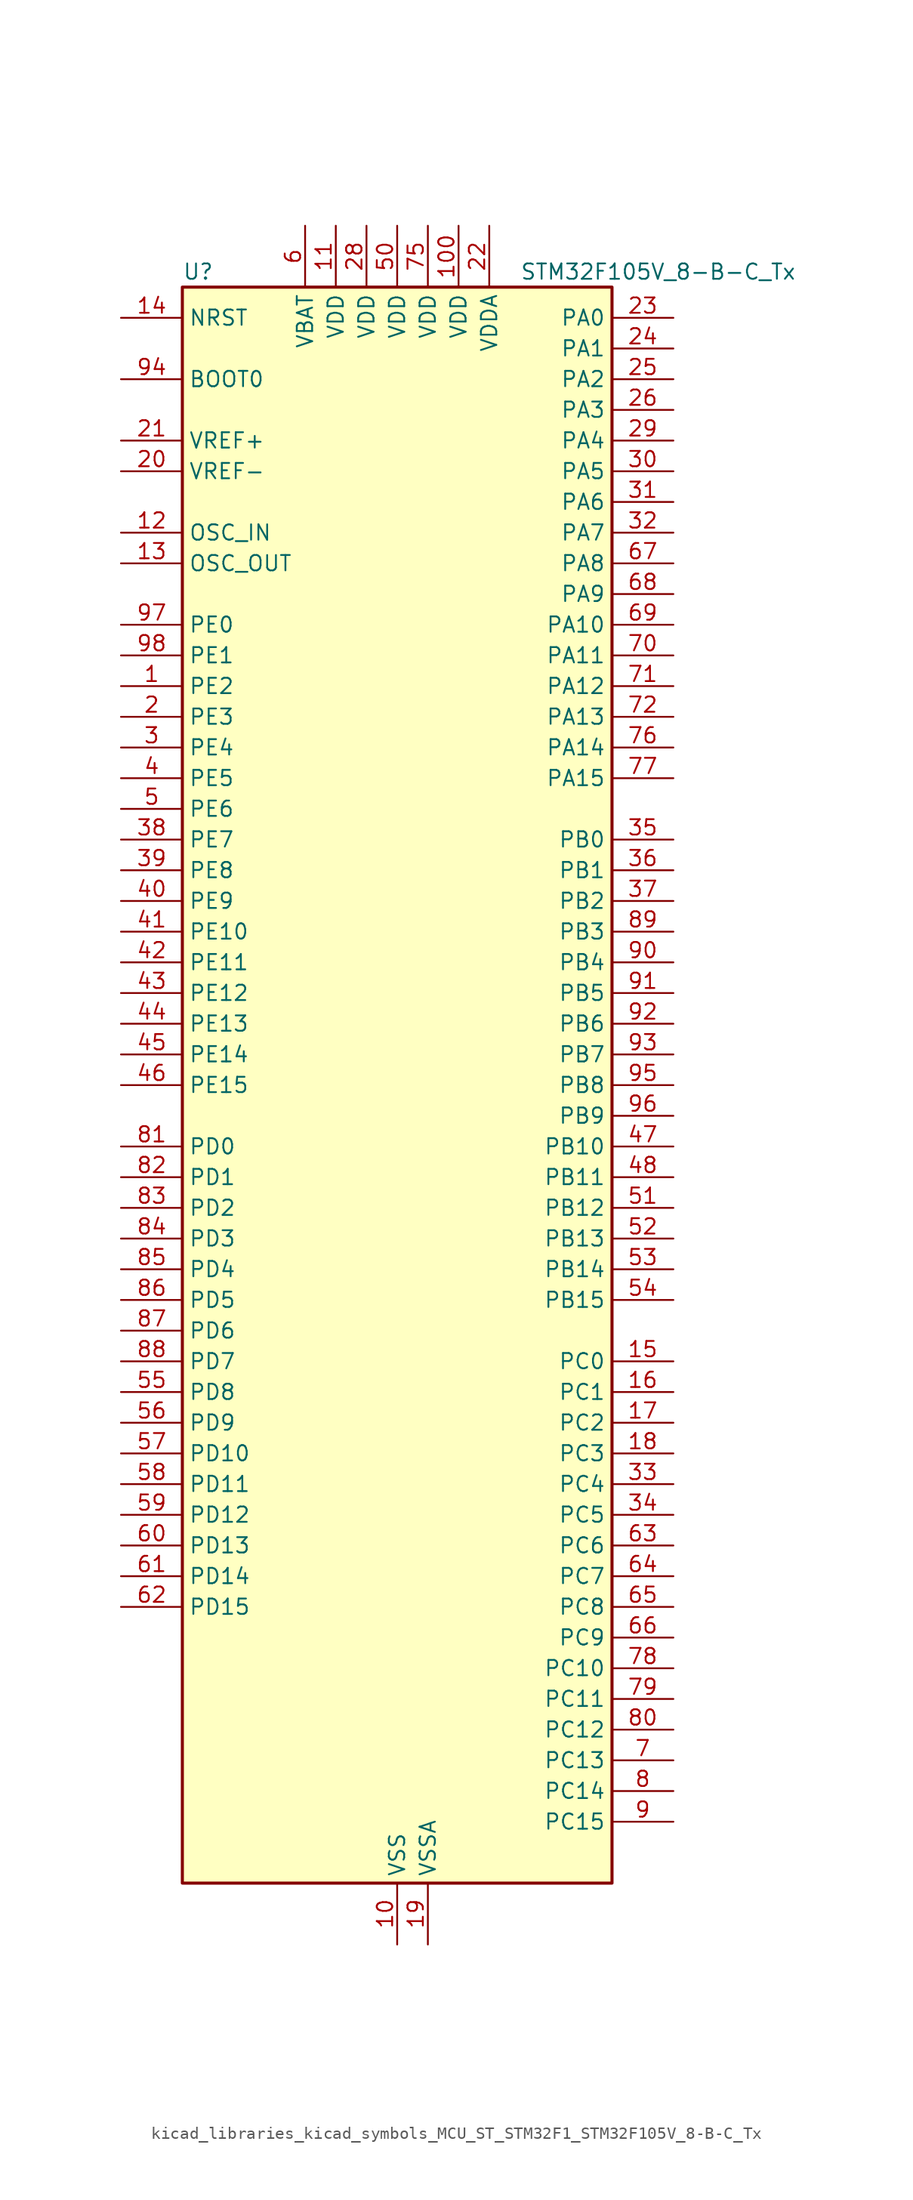
<source format=kicad_sym>
(kicad_symbol_lib
  (version 20220914)
  (generator kicad_symbol_editor)
  (symbol "kicad_libraries_kicad_symbols_MCU_ST_STM32F1_STM32F105V_8-B-C_Tx"
    (property "Reference" "U"
      (at -17.78 67.31 0)
      (effects (font (size 1.27 1.27)) (justify left)))
    (property "Value" "STM32F105V_8-B-C_Tx"
      (at 10.16 67.31 0)
      (effects (font (size 1.27 1.27)) (justify left)))
    (property "ki_locked" ""
      (at 0 0 0)
      (effects (font (size 1.27 1.27))))
    (symbol "kicad_libraries_kicad_symbols_MCU_ST_STM32F1_STM32F105V_8-B-C_Tx_0_1"
      (rectangle (start -17.78 -66.04) (end 17.78 66.04) (stroke (width 0.254) (type default)) (fill (type background))))
    (symbol "kicad_libraries_kicad_symbols_MCU_ST_STM32F1_STM32F105V_8-B-C_Tx_1_1"
      (pin bidirectional line (at -22.86 33.02 0) (length 5.08) (name "PE2" (effects (font (size 1.27 1.27)))) (number "1" (effects (font (size 1.27 1.27)))) (alternate "SYS_TRACECLK" bidirectional line))
      (pin power_in line (at 0 -71.12 90) (length 5.08) (name "VSS" (effects (font (size 1.27 1.27)))) (number "10" (effects (font (size 1.27 1.27)))))
      (pin power_in line (at 5.08 71.12 270) (length 5.08) (name "VDD" (effects (font (size 1.27 1.27)))) (number "100" (effects (font (size 1.27 1.27)))))
      (pin power_in line (at -5.08 71.12 270) (length 5.08) (name "VDD" (effects (font (size 1.27 1.27)))) (number "11" (effects (font (size 1.27 1.27)))))
      (pin input line (at -22.86 45.72 0) (length 5.08) (name "OSC_IN" (effects (font (size 1.27 1.27)))) (number "12" (effects (font (size 1.27 1.27)))) (alternate "RCC_OSC_IN" bidirectional line))
      (pin input line (at -22.86 43.18 0) (length 5.08) (name "OSC_OUT" (effects (font (size 1.27 1.27)))) (number "13" (effects (font (size 1.27 1.27)))) (alternate "RCC_OSC_OUT" bidirectional line))
      (pin input line (at -22.86 63.5 0) (length 5.08) (name "NRST" (effects (font (size 1.27 1.27)))) (number "14" (effects (font (size 1.27 1.27)))))
      (pin bidirectional line (at 22.86 -22.86 180) (length 5.08) (name "PC0" (effects (font (size 1.27 1.27)))) (number "15" (effects (font (size 1.27 1.27)))) (alternate "ADC1_IN10" bidirectional line) (alternate "ADC2_IN10" bidirectional line))
      (pin bidirectional line (at 22.86 -25.4 180) (length 5.08) (name "PC1" (effects (font (size 1.27 1.27)))) (number "16" (effects (font (size 1.27 1.27)))) (alternate "ADC1_IN11" bidirectional line) (alternate "ADC2_IN11" bidirectional line))
      (pin bidirectional line (at 22.86 -27.94 180) (length 5.08) (name "PC2" (effects (font (size 1.27 1.27)))) (number "17" (effects (font (size 1.27 1.27)))) (alternate "ADC1_IN12" bidirectional line) (alternate "ADC2_IN12" bidirectional line))
      (pin bidirectional line (at 22.86 -30.48 180) (length 5.08) (name "PC3" (effects (font (size 1.27 1.27)))) (number "18" (effects (font (size 1.27 1.27)))) (alternate "ADC1_IN13" bidirectional line) (alternate "ADC2_IN13" bidirectional line))
      (pin power_in line (at 2.54 -71.12 90) (length 5.08) (name "VSSA" (effects (font (size 1.27 1.27)))) (number "19" (effects (font (size 1.27 1.27)))))
      (pin bidirectional line (at -22.86 30.48 0) (length 5.08) (name "PE3" (effects (font (size 1.27 1.27)))) (number "2" (effects (font (size 1.27 1.27)))) (alternate "SYS_TRACED0" bidirectional line))
      (pin input line (at -22.86 50.8 0) (length 5.08) (name "VREF-" (effects (font (size 1.27 1.27)))) (number "20" (effects (font (size 1.27 1.27)))))
      (pin input line (at -22.86 53.34 0) (length 5.08) (name "VREF+" (effects (font (size 1.27 1.27)))) (number "21" (effects (font (size 1.27 1.27)))))
      (pin power_in line (at 7.62 71.12 270) (length 5.08) (name "VDDA" (effects (font (size 1.27 1.27)))) (number "22" (effects (font (size 1.27 1.27)))))
      (pin bidirectional line (at 22.86 63.5 180) (length 5.08) (name "PA0" (effects (font (size 1.27 1.27)))) (number "23" (effects (font (size 1.27 1.27)))) (alternate "ADC1_IN0" bidirectional line) (alternate "ADC2_IN0" bidirectional line) (alternate "SYS_WKUP" bidirectional line) (alternate "TIM2_CH1" bidirectional line) (alternate "TIM2_ETR" bidirectional line) (alternate "TIM5_CH1" bidirectional line) (alternate "USART2_CTS" bidirectional line))
      (pin bidirectional line (at 22.86 60.96 180) (length 5.08) (name "PA1" (effects (font (size 1.27 1.27)))) (number "24" (effects (font (size 1.27 1.27)))) (alternate "ADC1_IN1" bidirectional line) (alternate "ADC2_IN1" bidirectional line) (alternate "TIM2_CH2" bidirectional line) (alternate "TIM5_CH2" bidirectional line) (alternate "USART2_RTS" bidirectional line))
      (pin bidirectional line (at 22.86 58.42 180) (length 5.08) (name "PA2" (effects (font (size 1.27 1.27)))) (number "25" (effects (font (size 1.27 1.27)))) (alternate "ADC1_IN2" bidirectional line) (alternate "ADC2_IN2" bidirectional line) (alternate "TIM2_CH3" bidirectional line) (alternate "TIM5_CH3" bidirectional line) (alternate "USART2_TX" bidirectional line))
      (pin bidirectional line (at 22.86 55.88 180) (length 5.08) (name "PA3" (effects (font (size 1.27 1.27)))) (number "26" (effects (font (size 1.27 1.27)))) (alternate "ADC1_IN3" bidirectional line) (alternate "ADC2_IN3" bidirectional line) (alternate "TIM2_CH4" bidirectional line) (alternate "TIM5_CH4" bidirectional line) (alternate "USART2_RX" bidirectional line))
      (pin passive line (at 0 -71.12 90) (length 5.08) hide (name "VSS" (effects (font (size 1.27 1.27)))) (number "27" (effects (font (size 1.27 1.27)))))
      (pin power_in line (at -2.54 71.12 270) (length 5.08) (name "VDD" (effects (font (size 1.27 1.27)))) (number "28" (effects (font (size 1.27 1.27)))))
      (pin bidirectional line (at 22.86 53.34 180) (length 5.08) (name "PA4" (effects (font (size 1.27 1.27)))) (number "29" (effects (font (size 1.27 1.27)))) (alternate "ADC1_IN4" bidirectional line) (alternate "ADC2_IN4" bidirectional line) (alternate "DAC_OUT1" bidirectional line) (alternate "I2S3_WS" bidirectional line) (alternate "SPI1_NSS" bidirectional line) (alternate "SPI3_NSS" bidirectional line) (alternate "USART2_CK" bidirectional line))
      (pin bidirectional line (at -22.86 27.94 0) (length 5.08) (name "PE4" (effects (font (size 1.27 1.27)))) (number "3" (effects (font (size 1.27 1.27)))) (alternate "SYS_TRACED1" bidirectional line))
      (pin bidirectional line (at 22.86 50.8 180) (length 5.08) (name "PA5" (effects (font (size 1.27 1.27)))) (number "30" (effects (font (size 1.27 1.27)))) (alternate "ADC1_IN5" bidirectional line) (alternate "ADC2_IN5" bidirectional line) (alternate "DAC_OUT2" bidirectional line) (alternate "SPI1_SCK" bidirectional line))
      (pin bidirectional line (at 22.86 48.26 180) (length 5.08) (name "PA6" (effects (font (size 1.27 1.27)))) (number "31" (effects (font (size 1.27 1.27)))) (alternate "ADC1_IN6" bidirectional line) (alternate "ADC2_IN6" bidirectional line) (alternate "SPI1_MISO" bidirectional line) (alternate "TIM1_BKIN" bidirectional line) (alternate "TIM3_CH1" bidirectional line))
      (pin bidirectional line (at 22.86 45.72 180) (length 5.08) (name "PA7" (effects (font (size 1.27 1.27)))) (number "32" (effects (font (size 1.27 1.27)))) (alternate "ADC1_IN7" bidirectional line) (alternate "ADC2_IN7" bidirectional line) (alternate "SPI1_MOSI" bidirectional line) (alternate "TIM1_CH1N" bidirectional line) (alternate "TIM3_CH2" bidirectional line))
      (pin bidirectional line (at 22.86 -33.02 180) (length 5.08) (name "PC4" (effects (font (size 1.27 1.27)))) (number "33" (effects (font (size 1.27 1.27)))) (alternate "ADC1_IN14" bidirectional line) (alternate "ADC2_IN14" bidirectional line))
      (pin bidirectional line (at 22.86 -35.56 180) (length 5.08) (name "PC5" (effects (font (size 1.27 1.27)))) (number "34" (effects (font (size 1.27 1.27)))) (alternate "ADC1_IN15" bidirectional line) (alternate "ADC2_IN15" bidirectional line))
      (pin bidirectional line (at 22.86 20.32 180) (length 5.08) (name "PB0" (effects (font (size 1.27 1.27)))) (number "35" (effects (font (size 1.27 1.27)))) (alternate "ADC1_IN8" bidirectional line) (alternate "ADC2_IN8" bidirectional line) (alternate "TIM1_CH2N" bidirectional line) (alternate "TIM3_CH3" bidirectional line))
      (pin bidirectional line (at 22.86 17.78 180) (length 5.08) (name "PB1" (effects (font (size 1.27 1.27)))) (number "36" (effects (font (size 1.27 1.27)))) (alternate "ADC1_IN9" bidirectional line) (alternate "ADC2_IN9" bidirectional line) (alternate "TIM1_CH3N" bidirectional line) (alternate "TIM3_CH4" bidirectional line))
      (pin bidirectional line (at 22.86 15.24 180) (length 5.08) (name "PB2" (effects (font (size 1.27 1.27)))) (number "37" (effects (font (size 1.27 1.27)))))
      (pin bidirectional line (at -22.86 20.32 0) (length 5.08) (name "PE7" (effects (font (size 1.27 1.27)))) (number "38" (effects (font (size 1.27 1.27)))) (alternate "TIM1_ETR" bidirectional line))
      (pin bidirectional line (at -22.86 17.78 0) (length 5.08) (name "PE8" (effects (font (size 1.27 1.27)))) (number "39" (effects (font (size 1.27 1.27)))) (alternate "TIM1_CH1N" bidirectional line))
      (pin bidirectional line (at -22.86 25.4 0) (length 5.08) (name "PE5" (effects (font (size 1.27 1.27)))) (number "4" (effects (font (size 1.27 1.27)))) (alternate "SYS_TRACED2" bidirectional line))
      (pin bidirectional line (at -22.86 15.24 0) (length 5.08) (name "PE9" (effects (font (size 1.27 1.27)))) (number "40" (effects (font (size 1.27 1.27)))) (alternate "DAC_EXTI9" bidirectional line) (alternate "TIM1_CH1" bidirectional line))
      (pin bidirectional line (at -22.86 12.7 0) (length 5.08) (name "PE10" (effects (font (size 1.27 1.27)))) (number "41" (effects (font (size 1.27 1.27)))) (alternate "TIM1_CH2N" bidirectional line))
      (pin bidirectional line (at -22.86 10.16 0) (length 5.08) (name "PE11" (effects (font (size 1.27 1.27)))) (number "42" (effects (font (size 1.27 1.27)))) (alternate "ADC1_EXTI11" bidirectional line) (alternate "ADC2_EXTI11" bidirectional line) (alternate "TIM1_CH2" bidirectional line))
      (pin bidirectional line (at -22.86 7.62 0) (length 5.08) (name "PE12" (effects (font (size 1.27 1.27)))) (number "43" (effects (font (size 1.27 1.27)))) (alternate "TIM1_CH3N" bidirectional line))
      (pin bidirectional line (at -22.86 5.08 0) (length 5.08) (name "PE13" (effects (font (size 1.27 1.27)))) (number "44" (effects (font (size 1.27 1.27)))) (alternate "TIM1_CH3" bidirectional line))
      (pin bidirectional line (at -22.86 2.54 0) (length 5.08) (name "PE14" (effects (font (size 1.27 1.27)))) (number "45" (effects (font (size 1.27 1.27)))) (alternate "TIM1_CH4" bidirectional line))
      (pin bidirectional line (at -22.86 0 0) (length 5.08) (name "PE15" (effects (font (size 1.27 1.27)))) (number "46" (effects (font (size 1.27 1.27)))) (alternate "ADC1_EXTI15" bidirectional line) (alternate "ADC2_EXTI15" bidirectional line) (alternate "TIM1_BKIN" bidirectional line))
      (pin bidirectional line (at 22.86 -5.08 180) (length 5.08) (name "PB10" (effects (font (size 1.27 1.27)))) (number "47" (effects (font (size 1.27 1.27)))) (alternate "I2C2_SCL" bidirectional line) (alternate "TIM2_CH3" bidirectional line) (alternate "USART3_TX" bidirectional line))
      (pin bidirectional line (at 22.86 -7.62 180) (length 5.08) (name "PB11" (effects (font (size 1.27 1.27)))) (number "48" (effects (font (size 1.27 1.27)))) (alternate "ADC1_EXTI11" bidirectional line) (alternate "ADC2_EXTI11" bidirectional line) (alternate "I2C2_SDA" bidirectional line) (alternate "TIM2_CH4" bidirectional line) (alternate "USART3_RX" bidirectional line))
      (pin passive line (at 0 -71.12 90) (length 5.08) hide (name "VSS" (effects (font (size 1.27 1.27)))) (number "49" (effects (font (size 1.27 1.27)))))
      (pin bidirectional line (at -22.86 22.86 0) (length 5.08) (name "PE6" (effects (font (size 1.27 1.27)))) (number "5" (effects (font (size 1.27 1.27)))) (alternate "SYS_TRACED3" bidirectional line))
      (pin power_in line (at 0 71.12 270) (length 5.08) (name "VDD" (effects (font (size 1.27 1.27)))) (number "50" (effects (font (size 1.27 1.27)))))
      (pin bidirectional line (at 22.86 -10.16 180) (length 5.08) (name "PB12" (effects (font (size 1.27 1.27)))) (number "51" (effects (font (size 1.27 1.27)))) (alternate "CAN2_RX" bidirectional line) (alternate "I2C2_SMBA" bidirectional line) (alternate "I2S2_WS" bidirectional line) (alternate "SPI2_NSS" bidirectional line) (alternate "TIM1_BKIN" bidirectional line) (alternate "USART3_CK" bidirectional line))
      (pin bidirectional line (at 22.86 -12.7 180) (length 5.08) (name "PB13" (effects (font (size 1.27 1.27)))) (number "52" (effects (font (size 1.27 1.27)))) (alternate "CAN2_TX" bidirectional line) (alternate "I2S2_CK" bidirectional line) (alternate "SPI2_SCK" bidirectional line) (alternate "TIM1_CH1N" bidirectional line) (alternate "USART3_CTS" bidirectional line))
      (pin bidirectional line (at 22.86 -15.24 180) (length 5.08) (name "PB14" (effects (font (size 1.27 1.27)))) (number "53" (effects (font (size 1.27 1.27)))) (alternate "SPI2_MISO" bidirectional line) (alternate "TIM1_CH2N" bidirectional line) (alternate "USART3_RTS" bidirectional line))
      (pin bidirectional line (at 22.86 -17.78 180) (length 5.08) (name "PB15" (effects (font (size 1.27 1.27)))) (number "54" (effects (font (size 1.27 1.27)))) (alternate "ADC1_EXTI15" bidirectional line) (alternate "ADC2_EXTI15" bidirectional line) (alternate "I2S2_SD" bidirectional line) (alternate "SPI2_MOSI" bidirectional line) (alternate "TIM1_CH3N" bidirectional line))
      (pin bidirectional line (at -22.86 -25.4 0) (length 5.08) (name "PD8" (effects (font (size 1.27 1.27)))) (number "55" (effects (font (size 1.27 1.27)))) (alternate "USART3_TX" bidirectional line))
      (pin bidirectional line (at -22.86 -27.94 0) (length 5.08) (name "PD9" (effects (font (size 1.27 1.27)))) (number "56" (effects (font (size 1.27 1.27)))) (alternate "DAC_EXTI9" bidirectional line) (alternate "USART3_RX" bidirectional line))
      (pin bidirectional line (at -22.86 -30.48 0) (length 5.08) (name "PD10" (effects (font (size 1.27 1.27)))) (number "57" (effects (font (size 1.27 1.27)))) (alternate "USART3_CK" bidirectional line))
      (pin bidirectional line (at -22.86 -33.02 0) (length 5.08) (name "PD11" (effects (font (size 1.27 1.27)))) (number "58" (effects (font (size 1.27 1.27)))) (alternate "ADC1_EXTI11" bidirectional line) (alternate "ADC2_EXTI11" bidirectional line) (alternate "USART3_CTS" bidirectional line))
      (pin bidirectional line (at -22.86 -35.56 0) (length 5.08) (name "PD12" (effects (font (size 1.27 1.27)))) (number "59" (effects (font (size 1.27 1.27)))) (alternate "TIM4_CH1" bidirectional line) (alternate "USART3_RTS" bidirectional line))
      (pin power_in line (at -7.62 71.12 270) (length 5.08) (name "VBAT" (effects (font (size 1.27 1.27)))) (number "6" (effects (font (size 1.27 1.27)))))
      (pin bidirectional line (at -22.86 -38.1 0) (length 5.08) (name "PD13" (effects (font (size 1.27 1.27)))) (number "60" (effects (font (size 1.27 1.27)))) (alternate "TIM4_CH2" bidirectional line))
      (pin bidirectional line (at -22.86 -40.64 0) (length 5.08) (name "PD14" (effects (font (size 1.27 1.27)))) (number "61" (effects (font (size 1.27 1.27)))) (alternate "TIM4_CH3" bidirectional line))
      (pin bidirectional line (at -22.86 -43.18 0) (length 5.08) (name "PD15" (effects (font (size 1.27 1.27)))) (number "62" (effects (font (size 1.27 1.27)))) (alternate "ADC1_EXTI15" bidirectional line) (alternate "ADC2_EXTI15" bidirectional line) (alternate "TIM4_CH4" bidirectional line))
      (pin bidirectional line (at 22.86 -38.1 180) (length 5.08) (name "PC6" (effects (font (size 1.27 1.27)))) (number "63" (effects (font (size 1.27 1.27)))) (alternate "I2S2_MCK" bidirectional line) (alternate "TIM3_CH1" bidirectional line))
      (pin bidirectional line (at 22.86 -40.64 180) (length 5.08) (name "PC7" (effects (font (size 1.27 1.27)))) (number "64" (effects (font (size 1.27 1.27)))) (alternate "I2S3_MCK" bidirectional line) (alternate "TIM3_CH2" bidirectional line))
      (pin bidirectional line (at 22.86 -43.18 180) (length 5.08) (name "PC8" (effects (font (size 1.27 1.27)))) (number "65" (effects (font (size 1.27 1.27)))) (alternate "TIM3_CH3" bidirectional line))
      (pin bidirectional line (at 22.86 -45.72 180) (length 5.08) (name "PC9" (effects (font (size 1.27 1.27)))) (number "66" (effects (font (size 1.27 1.27)))) (alternate "DAC_EXTI9" bidirectional line) (alternate "TIM3_CH4" bidirectional line))
      (pin bidirectional line (at 22.86 43.18 180) (length 5.08) (name "PA8" (effects (font (size 1.27 1.27)))) (number "67" (effects (font (size 1.27 1.27)))) (alternate "RCC_MCO" bidirectional line) (alternate "TIM1_CH1" bidirectional line) (alternate "USART1_CK" bidirectional line) (alternate "USB_OTG_FS_SOF" bidirectional line))
      (pin bidirectional line (at 22.86 40.64 180) (length 5.08) (name "PA9" (effects (font (size 1.27 1.27)))) (number "68" (effects (font (size 1.27 1.27)))) (alternate "DAC_EXTI9" bidirectional line) (alternate "TIM1_CH2" bidirectional line) (alternate "USART1_TX" bidirectional line) (alternate "USB_OTG_FS_VBUS" bidirectional line))
      (pin bidirectional line (at 22.86 38.1 180) (length 5.08) (name "PA10" (effects (font (size 1.27 1.27)))) (number "69" (effects (font (size 1.27 1.27)))) (alternate "TIM1_CH3" bidirectional line) (alternate "USART1_RX" bidirectional line) (alternate "USB_OTG_FS_ID" bidirectional line))
      (pin bidirectional line (at 22.86 -55.88 180) (length 5.08) (name "PC13" (effects (font (size 1.27 1.27)))) (number "7" (effects (font (size 1.27 1.27)))) (alternate "RTC_OUT" bidirectional line) (alternate "RTC_TAMPER" bidirectional line))
      (pin bidirectional line (at 22.86 35.56 180) (length 5.08) (name "PA11" (effects (font (size 1.27 1.27)))) (number "70" (effects (font (size 1.27 1.27)))) (alternate "ADC1_EXTI11" bidirectional line) (alternate "ADC2_EXTI11" bidirectional line) (alternate "CAN1_RX" bidirectional line) (alternate "TIM1_CH4" bidirectional line) (alternate "USART1_CTS" bidirectional line) (alternate "USB_OTG_FS_DM" bidirectional line))
      (pin bidirectional line (at 22.86 33.02 180) (length 5.08) (name "PA12" (effects (font (size 1.27 1.27)))) (number "71" (effects (font (size 1.27 1.27)))) (alternate "CAN1_TX" bidirectional line) (alternate "TIM1_ETR" bidirectional line) (alternate "USART1_RTS" bidirectional line) (alternate "USB_OTG_FS_DP" bidirectional line))
      (pin bidirectional line (at 22.86 30.48 180) (length 5.08) (name "PA13" (effects (font (size 1.27 1.27)))) (number "72" (effects (font (size 1.27 1.27)))) (alternate "SYS_JTMS-SWDIO" bidirectional line))
      (pin no_connect line (at -17.78 -66.04 0) (length 5.08) hide (name "NC" (effects (font (size 1.27 1.27)))) (number "73" (effects (font (size 1.27 1.27)))))
      (pin passive line (at 0 -71.12 90) (length 5.08) hide (name "VSS" (effects (font (size 1.27 1.27)))) (number "74" (effects (font (size 1.27 1.27)))))
      (pin power_in line (at 2.54 71.12 270) (length 5.08) (name "VDD" (effects (font (size 1.27 1.27)))) (number "75" (effects (font (size 1.27 1.27)))))
      (pin bidirectional line (at 22.86 27.94 180) (length 5.08) (name "PA14" (effects (font (size 1.27 1.27)))) (number "76" (effects (font (size 1.27 1.27)))) (alternate "SYS_JTCK-SWCLK" bidirectional line))
      (pin bidirectional line (at 22.86 25.4 180) (length 5.08) (name "PA15" (effects (font (size 1.27 1.27)))) (number "77" (effects (font (size 1.27 1.27)))) (alternate "ADC1_EXTI15" bidirectional line) (alternate "ADC2_EXTI15" bidirectional line) (alternate "I2S3_WS" bidirectional line) (alternate "SPI1_NSS" bidirectional line) (alternate "SPI3_NSS" bidirectional line) (alternate "SYS_JTDI" bidirectional line) (alternate "TIM2_CH1" bidirectional line) (alternate "TIM2_ETR" bidirectional line))
      (pin bidirectional line (at 22.86 -48.26 180) (length 5.08) (name "PC10" (effects (font (size 1.27 1.27)))) (number "78" (effects (font (size 1.27 1.27)))) (alternate "I2S3_CK" bidirectional line) (alternate "SPI3_SCK" bidirectional line) (alternate "UART4_TX" bidirectional line) (alternate "USART3_TX" bidirectional line))
      (pin bidirectional line (at 22.86 -50.8 180) (length 5.08) (name "PC11" (effects (font (size 1.27 1.27)))) (number "79" (effects (font (size 1.27 1.27)))) (alternate "ADC1_EXTI11" bidirectional line) (alternate "ADC2_EXTI11" bidirectional line) (alternate "SPI3_MISO" bidirectional line) (alternate "UART4_RX" bidirectional line) (alternate "USART3_RX" bidirectional line))
      (pin bidirectional line (at 22.86 -58.42 180) (length 5.08) (name "PC14" (effects (font (size 1.27 1.27)))) (number "8" (effects (font (size 1.27 1.27)))) (alternate "RCC_OSC32_IN" bidirectional line))
      (pin bidirectional line (at 22.86 -53.34 180) (length 5.08) (name "PC12" (effects (font (size 1.27 1.27)))) (number "80" (effects (font (size 1.27 1.27)))) (alternate "I2S3_SD" bidirectional line) (alternate "SPI3_MOSI" bidirectional line) (alternate "UART5_TX" bidirectional line) (alternate "USART3_CK" bidirectional line))
      (pin bidirectional line (at -22.86 -5.08 0) (length 5.08) (name "PD0" (effects (font (size 1.27 1.27)))) (number "81" (effects (font (size 1.27 1.27)))) (alternate "CAN1_RX" bidirectional line))
      (pin bidirectional line (at -22.86 -7.62 0) (length 5.08) (name "PD1" (effects (font (size 1.27 1.27)))) (number "82" (effects (font (size 1.27 1.27)))) (alternate "CAN1_TX" bidirectional line))
      (pin bidirectional line (at -22.86 -10.16 0) (length 5.08) (name "PD2" (effects (font (size 1.27 1.27)))) (number "83" (effects (font (size 1.27 1.27)))) (alternate "TIM3_ETR" bidirectional line) (alternate "UART5_RX" bidirectional line))
      (pin bidirectional line (at -22.86 -12.7 0) (length 5.08) (name "PD3" (effects (font (size 1.27 1.27)))) (number "84" (effects (font (size 1.27 1.27)))) (alternate "USART2_CTS" bidirectional line))
      (pin bidirectional line (at -22.86 -15.24 0) (length 5.08) (name "PD4" (effects (font (size 1.27 1.27)))) (number "85" (effects (font (size 1.27 1.27)))) (alternate "USART2_RTS" bidirectional line))
      (pin bidirectional line (at -22.86 -17.78 0) (length 5.08) (name "PD5" (effects (font (size 1.27 1.27)))) (number "86" (effects (font (size 1.27 1.27)))) (alternate "USART2_TX" bidirectional line))
      (pin bidirectional line (at -22.86 -20.32 0) (length 5.08) (name "PD6" (effects (font (size 1.27 1.27)))) (number "87" (effects (font (size 1.27 1.27)))) (alternate "USART2_RX" bidirectional line))
      (pin bidirectional line (at -22.86 -22.86 0) (length 5.08) (name "PD7" (effects (font (size 1.27 1.27)))) (number "88" (effects (font (size 1.27 1.27)))) (alternate "USART2_CK" bidirectional line))
      (pin bidirectional line (at 22.86 12.7 180) (length 5.08) (name "PB3" (effects (font (size 1.27 1.27)))) (number "89" (effects (font (size 1.27 1.27)))) (alternate "I2S3_CK" bidirectional line) (alternate "SPI1_SCK" bidirectional line) (alternate "SPI3_SCK" bidirectional line) (alternate "SYS_JTDO" bidirectional line) (alternate "SYS_TRACESWO" bidirectional line) (alternate "TIM2_CH2" bidirectional line))
      (pin bidirectional line (at 22.86 -60.96 180) (length 5.08) (name "PC15" (effects (font (size 1.27 1.27)))) (number "9" (effects (font (size 1.27 1.27)))) (alternate "ADC1_EXTI15" bidirectional line) (alternate "ADC2_EXTI15" bidirectional line) (alternate "RCC_OSC32_OUT" bidirectional line))
      (pin bidirectional line (at 22.86 10.16 180) (length 5.08) (name "PB4" (effects (font (size 1.27 1.27)))) (number "90" (effects (font (size 1.27 1.27)))) (alternate "SPI1_MISO" bidirectional line) (alternate "SPI3_MISO" bidirectional line) (alternate "SYS_NJTRST" bidirectional line) (alternate "TIM3_CH1" bidirectional line))
      (pin bidirectional line (at 22.86 7.62 180) (length 5.08) (name "PB5" (effects (font (size 1.27 1.27)))) (number "91" (effects (font (size 1.27 1.27)))) (alternate "CAN2_RX" bidirectional line) (alternate "I2C1_SMBA" bidirectional line) (alternate "I2S3_SD" bidirectional line) (alternate "SPI1_MOSI" bidirectional line) (alternate "SPI3_MOSI" bidirectional line) (alternate "TIM3_CH2" bidirectional line))
      (pin bidirectional line (at 22.86 5.08 180) (length 5.08) (name "PB6" (effects (font (size 1.27 1.27)))) (number "92" (effects (font (size 1.27 1.27)))) (alternate "CAN2_TX" bidirectional line) (alternate "I2C1_SCL" bidirectional line) (alternate "TIM4_CH1" bidirectional line) (alternate "USART1_TX" bidirectional line))
      (pin bidirectional line (at 22.86 2.54 180) (length 5.08) (name "PB7" (effects (font (size 1.27 1.27)))) (number "93" (effects (font (size 1.27 1.27)))) (alternate "I2C1_SDA" bidirectional line) (alternate "TIM4_CH2" bidirectional line) (alternate "USART1_RX" bidirectional line))
      (pin input line (at -22.86 58.42 0) (length 5.08) (name "BOOT0" (effects (font (size 1.27 1.27)))) (number "94" (effects (font (size 1.27 1.27)))))
      (pin bidirectional line (at 22.86 0 180) (length 5.08) (name "PB8" (effects (font (size 1.27 1.27)))) (number "95" (effects (font (size 1.27 1.27)))) (alternate "CAN1_RX" bidirectional line) (alternate "I2C1_SCL" bidirectional line) (alternate "TIM4_CH3" bidirectional line))
      (pin bidirectional line (at 22.86 -2.54 180) (length 5.08) (name "PB9" (effects (font (size 1.27 1.27)))) (number "96" (effects (font (size 1.27 1.27)))) (alternate "CAN1_TX" bidirectional line) (alternate "DAC_EXTI9" bidirectional line) (alternate "I2C1_SDA" bidirectional line) (alternate "TIM4_CH4" bidirectional line))
      (pin bidirectional line (at -22.86 38.1 0) (length 5.08) (name "PE0" (effects (font (size 1.27 1.27)))) (number "97" (effects (font (size 1.27 1.27)))) (alternate "TIM4_ETR" bidirectional line))
      (pin bidirectional line (at -22.86 35.56 0) (length 5.08) (name "PE1" (effects (font (size 1.27 1.27)))) (number "98" (effects (font (size 1.27 1.27)))))
      (pin passive line (at 0 -71.12 90) (length 5.08) hide (name "VSS" (effects (font (size 1.27 1.27)))) (number "99" (effects (font (size 1.27 1.27))))))))
</source>
